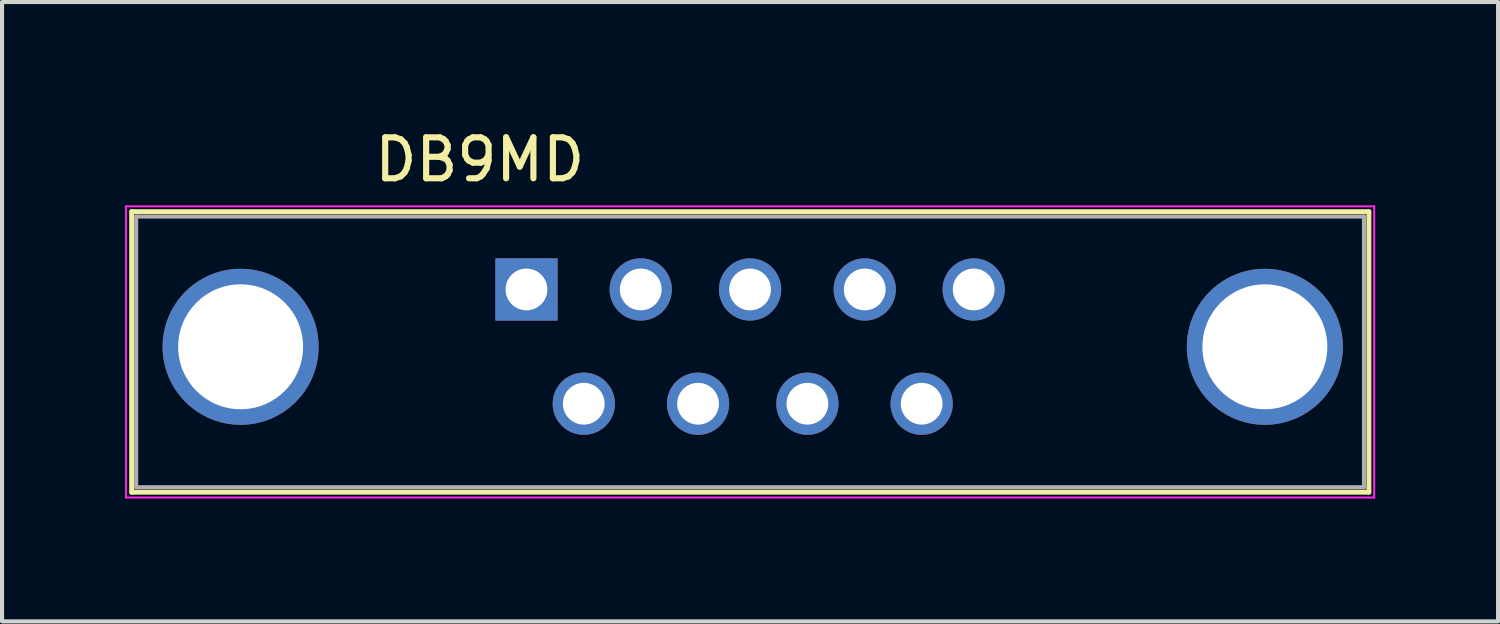
<source format=kicad_pcb>
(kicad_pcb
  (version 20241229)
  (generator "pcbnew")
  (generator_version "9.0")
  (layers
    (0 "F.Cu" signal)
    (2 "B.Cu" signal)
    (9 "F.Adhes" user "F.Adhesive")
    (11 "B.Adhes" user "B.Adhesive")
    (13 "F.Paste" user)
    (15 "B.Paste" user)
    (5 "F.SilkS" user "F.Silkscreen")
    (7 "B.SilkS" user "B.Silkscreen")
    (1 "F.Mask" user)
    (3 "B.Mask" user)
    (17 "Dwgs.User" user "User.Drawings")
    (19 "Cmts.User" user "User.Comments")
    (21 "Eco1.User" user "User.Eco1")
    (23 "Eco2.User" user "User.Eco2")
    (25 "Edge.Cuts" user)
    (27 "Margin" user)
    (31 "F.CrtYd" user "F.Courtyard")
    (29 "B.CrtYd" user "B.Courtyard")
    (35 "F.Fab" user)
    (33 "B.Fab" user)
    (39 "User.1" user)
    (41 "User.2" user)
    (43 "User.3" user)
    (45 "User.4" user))
  (footprint "DB9MD"
    (layer "F.Cu")
    (at 9.805 4.018)
    (property "Reference" "DB9MD" (at -1.14 -3.17 0) (layer "F.SilkS") (effects (font (size 1 1) (thickness 0.15))))
    (attr through_hole)
    (fp_line (start -9.64 -1.9) (end -9.64 4.95) (stroke (width 0.12) (type solid)) (layer "F.SilkS"))
    (fp_line (start -9.64 -1.9) (end 20.57 -1.9) (stroke (width 0.12) (type solid)) (layer "F.SilkS"))
    (fp_line (start 20.57 4.95) (end -9.64 4.95) (stroke (width 0.12) (type solid)) (layer "F.SilkS"))
    (fp_line (start 20.57 4.95) (end 20.57 -1.9) (stroke (width 0.12) (type solid)) (layer "F.SilkS"))
    (fp_line (start -9.78 -2.03) (end -9.78 5.08) (stroke (width 0.05) (type solid)) (layer "F.CrtYd"))
    (fp_line (start -9.78 -2.03) (end 20.7 -2.03) (stroke (width 0.05) (type solid)) (layer "F.CrtYd"))
    (fp_line (start 20.7 5.08) (end -9.78 5.08) (stroke (width 0.05) (type solid)) (layer "F.CrtYd"))
    (fp_line (start 20.7 5.08) (end 20.7 -2.03) (stroke (width 0.05) (type solid)) (layer "F.CrtYd"))
    (fp_line (start -9.53 -1.78) (end -9.53 4.83) (stroke (width 0.1) (type solid)) (layer "F.Fab"))
    (fp_line (start -9.53 4.83) (end 20.45 4.83) (stroke (width 0.1) (type solid)) (layer "F.Fab"))
    (fp_line (start 20.45 -1.78) (end -9.53 -1.78) (stroke (width 0.1) (type solid)) (layer "F.Fab"))
    (fp_line (start 20.45 4.83) (end 20.45 -1.78) (stroke (width 0.1) (type solid)) (layer "F.Fab"))
    (pad "0" thru_hole circle (at -6.98 1.4) (size 3.81 3.81) (drill 3.05) (layers "*.Cu" "*.Mask"))
    (pad "0" thru_hole circle (at 18.03 1.4) (size 3.81 3.81) (drill 3.05) (layers "*.Cu" "*.Mask"))
    (pad "1" thru_hole rect (at 0 0) (size 1.52 1.52) (drill 1.02) (layers "*.Cu" "*.Mask"))
    (pad "2" thru_hole circle (at 2.79 0) (size 1.52 1.52) (drill 1.02) (layers "*.Cu" "*.Mask"))
    (pad "3" thru_hole circle (at 5.46 0) (size 1.52 1.52) (drill 1.02) (layers "*.Cu" "*.Mask"))
    (pad "4" thru_hole circle (at 8.26 0) (size 1.52 1.52) (drill 1.02) (layers "*.Cu" "*.Mask"))
    (pad "5" thru_hole circle (at 10.92 0) (size 1.52 1.52) (drill 1.02) (layers "*.Cu" "*.Mask"))
    (pad "6" thru_hole circle (at 1.4 2.79) (size 1.52 1.52) (drill 1.02) (layers "*.Cu" "*.Mask"))
    (pad "7" thru_hole circle (at 4.19 2.79) (size 1.52 1.52) (drill 1.02) (layers "*.Cu" "*.Mask"))
    (pad "8" thru_hole circle (at 6.86 2.79) (size 1.52 1.52) (drill 1.02) (layers "*.Cu" "*.Mask"))
    (pad "9" thru_hole circle (at 9.65 2.79) (size 1.52 1.52) (drill 1.02) (layers "*.Cu" "*.Mask")))
  (gr_rect
    (start -3 -3)
    (end 33.53 12.123)
    (stroke (width 0.1) (type default))
    (fill no)
    (layer "Edge.Cuts")))
</source>
